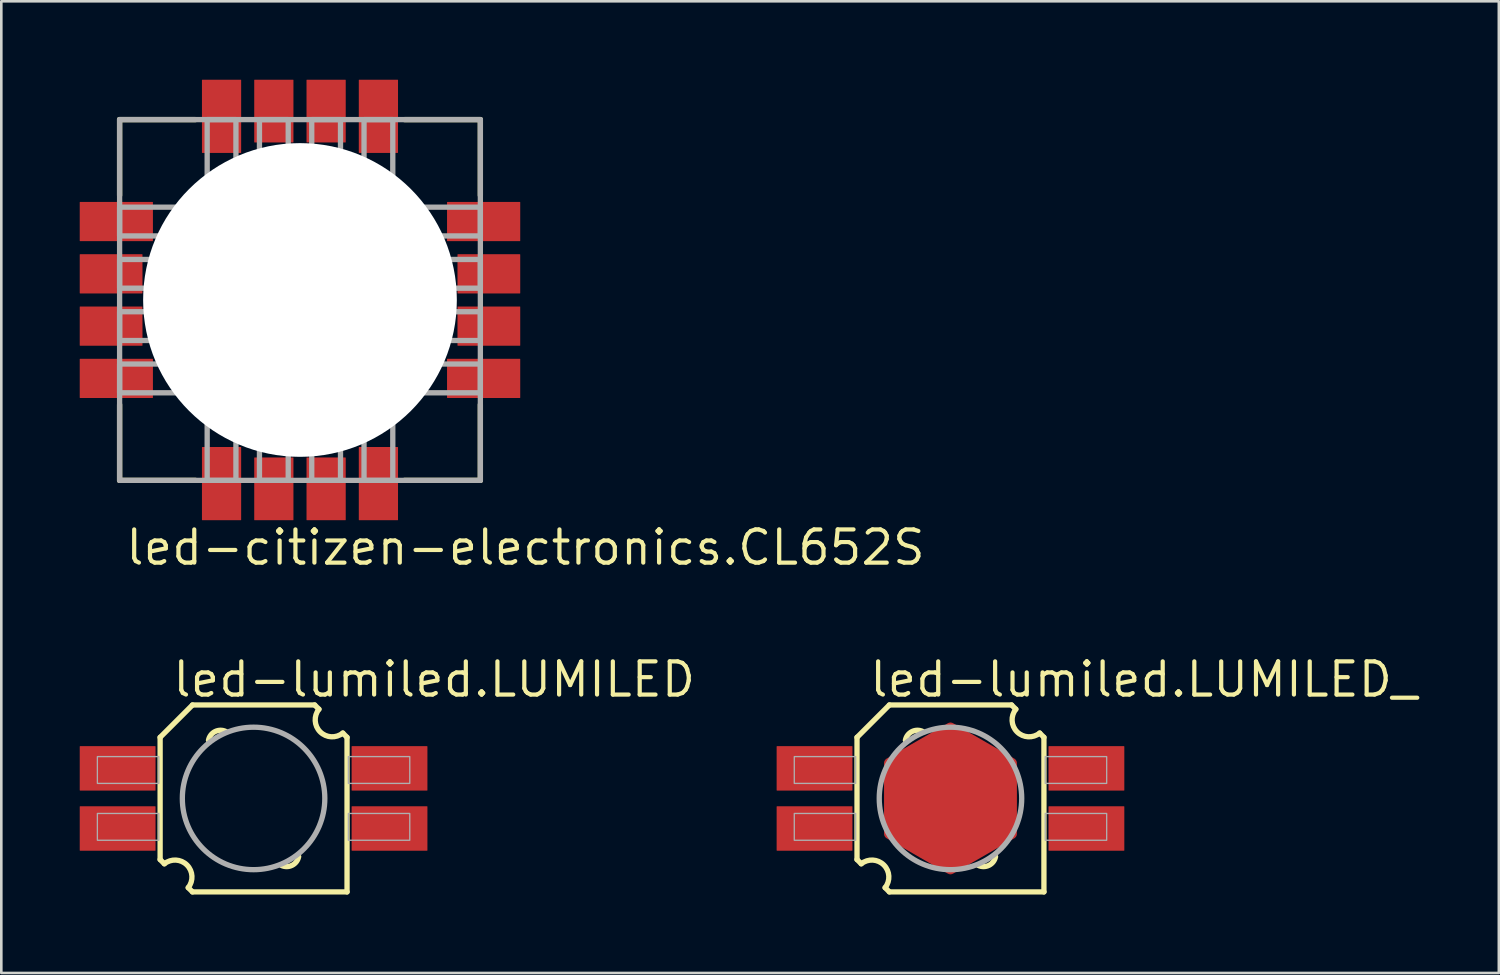
<source format=kicad_pcb>
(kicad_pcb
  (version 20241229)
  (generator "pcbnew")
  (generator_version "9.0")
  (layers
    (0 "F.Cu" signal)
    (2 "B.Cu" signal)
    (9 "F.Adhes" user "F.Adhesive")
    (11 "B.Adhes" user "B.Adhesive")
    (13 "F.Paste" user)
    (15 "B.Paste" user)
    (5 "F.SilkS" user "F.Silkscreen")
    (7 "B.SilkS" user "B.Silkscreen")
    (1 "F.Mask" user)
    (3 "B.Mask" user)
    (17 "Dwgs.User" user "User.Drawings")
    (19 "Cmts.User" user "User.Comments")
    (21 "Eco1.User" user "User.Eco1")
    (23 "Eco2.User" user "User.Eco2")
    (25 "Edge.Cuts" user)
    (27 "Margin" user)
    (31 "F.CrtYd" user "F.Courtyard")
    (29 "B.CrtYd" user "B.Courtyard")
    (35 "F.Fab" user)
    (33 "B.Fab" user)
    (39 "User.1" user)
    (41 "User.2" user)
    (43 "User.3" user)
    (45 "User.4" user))
  (footprint "led-lumiled.LUMILED_"
    (layer "F.Cu")
    (at 33.308 27.492)
    (property "Reference" "led-lumiled.LUMILED_" (at -3.175 -3.81 0) (layer "F.SilkS") (effects (font (size 1.27 1.27) (thickness 0.16)) (justify left bottom)))
    (attr smd)
    (fp_poly (pts (xy 2.338 -1.35) (xy 0 -2.7) (xy -2.338 -1.35) (xy -2.338 1.35) (xy 0 2.7) (xy 2.338 1.35)) (stroke (width 0.406) (type default)) (fill yes) (layer "F.Cu"))
    (fp_poly (pts (xy 2.338 -1.35) (xy 0 -2.7) (xy -2.338 -1.35) (xy -2.338 1.35) (xy 0 2.7) (xy 2.338 1.35)) (stroke (width 0.406) (type default)) (fill yes) (layer "F.Mask"))
    (fp_line (start -3.575 -2.337) (end -2.337 -3.575) (stroke (width 0.203) (type default)) (layer "F.SilkS"))
    (fp_line (start -3.575 2.337) (end -3.575 -2.337) (stroke (width 0.203) (type default)) (layer "F.SilkS"))
    (fp_line (start -3.413 2.5) (end -3.575 2.337) (stroke (width 0.203) (type default)) (layer "F.SilkS"))
    (fp_line (start -2.337 -3.575) (end 2.337 -3.575) (stroke (width 0.203) (type default)) (layer "F.SilkS"))
    (fp_line (start -2.337 3.575) (end -2.5 3.413) (stroke (width 0.203) (type default)) (layer "F.SilkS"))
    (fp_line (start 2.337 -3.575) (end 2.5 -3.413) (stroke (width 0.203) (type default)) (layer "F.SilkS"))
    (fp_line (start 3.413 -2.5) (end 3.575 -2.337) (stroke (width 0.203) (type default)) (layer "F.SilkS"))
    (fp_line (start 3.575 -2.337) (end 3.575 3.575) (stroke (width 0.203) (type default)) (layer "F.SilkS"))
    (fp_line (start 3.575 3.575) (end -2.337 3.575) (stroke (width 0.203) (type default)) (layer "F.SilkS"))
    (fp_arc (start -3.4125 2.5) (mid -2.547491 2.547491) (end -2.5 3.4125) (stroke (width 0.2032) (type default)) (layer "F.SilkS"))
    (fp_arc (start -1.725 -2.225) (mid -1.476557 -2.556296) (end -1.0625 -2.5625) (stroke (width 0.2032) (type default)) (layer "F.SilkS"))
    (fp_arc (start 1.725 2.225) (mid 1.476557 2.556296) (end 1.0625 2.5625) (stroke (width 0.2032) (type default)) (layer "F.SilkS"))
    (fp_arc (start 3.4125 -2.5) (mid 2.547491 -2.547491) (end 2.5 -3.4125) (stroke (width 0.2032) (type default)) (layer "F.SilkS"))
    (fp_poly (pts (xy 2.338 -1.35) (xy 0 -2.7) (xy -2.338 -1.35) (xy -2.338 1.35) (xy 0 2.7) (xy 2.338 1.35)) (stroke (width 0.406) (type default)) (fill yes) (layer "F.Paste"))
    (fp_rect (start -5.975 -0.575) (end -3.625 -1.6) (stroke (width 0.05) (type default)) (fill no) (layer "F.Fab"))
    (fp_rect (start -5.975 1.6) (end -3.625 0.575) (stroke (width 0.05) (type default)) (fill no) (layer "F.Fab"))
    (fp_rect (start 3.625 -0.575) (end 5.975 -1.6) (stroke (width 0.05) (type default)) (fill no) (layer "F.Fab"))
    (fp_rect (start 3.625 1.6) (end 5.975 0.575) (stroke (width 0.05) (type default)) (fill no) (layer "F.Fab"))
    (fp_circle (center 0 0) (end 2.725 0) (stroke (width 0.203) (type default)) (fill no) (layer "F.Fab"))
    (pad "1NC" smd roundrect (at -5.2 -1.15) (size 2.9 1.7) (layers "F.Cu" "F.Mask" "F.Paste") (roundrect_rratio 0.01))
    (pad "2+" smd roundrect (at -5.2 1.15) (size 2.9 1.7) (layers "F.Cu" "F.Mask" "F.Paste") (roundrect_rratio 0.01))
    (pad "3NC" smd roundrect (at 5.2 1.15 180) (size 2.9 1.7) (layers "F.Cu" "F.Mask" "F.Paste") (roundrect_rratio 0.01))
    (pad "4-" smd roundrect (at 5.2 -1.15 180) (size 2.9 1.7) (layers "F.Cu" "F.Mask" "F.Paste") (roundrect_rratio 0.01)))
  (footprint "led-citizen-electronics.CL652S"
    (layer "F.Cu")
    (at 8.425 8.425)
    (property "Reference" "led-citizen-electronics.CL652S" (at -6.75 10.21 0) (layer "F.SilkS") (effects (font (size 1.27 1.27) (thickness 0.16)) (justify left bottom)))
    (attr smd)
    (fp_line (start -6.9 -6.9) (end -6.9 -4) (stroke (width 0.203) (type default)) (layer "F.SilkS"))
    (fp_line (start -6.9 4) (end -6.9 6.9) (stroke (width 0.203) (type default)) (layer "F.SilkS"))
    (fp_line (start -6.9 6.9) (end -4 6.9) (stroke (width 0.203) (type default)) (layer "F.SilkS"))
    (fp_line (start -4 -6.9) (end -6.9 -6.9) (stroke (width 0.203) (type default)) (layer "F.SilkS"))
    (fp_line (start 4 6.9) (end 6.9 6.9) (stroke (width 0.203) (type default)) (layer "F.SilkS"))
    (fp_line (start 6.9 -6.9) (end 4 -6.9) (stroke (width 0.203) (type default)) (layer "F.SilkS"))
    (fp_line (start 6.9 -4) (end 6.9 -6.9) (stroke (width 0.203) (type default)) (layer "F.SilkS"))
    (fp_line (start 6.9 6.9) (end 6.9 4) (stroke (width 0.203) (type default)) (layer "F.SilkS"))
    (fp_circle (center 0 0) (end 4.9 0) (stroke (width 0.203) (type default)) (fill no) (layer "F.SilkS"))
    (fp_line (start -6.9 -6.9) (end -6.9 6.9) (stroke (width 0.203) (type default)) (layer "F.Fab"))
    (fp_line (start -6.9 6.9) (end 6.9 6.9) (stroke (width 0.203) (type default)) (layer "F.Fab"))
    (fp_line (start 6.9 -6.9) (end -6.9 -6.9) (stroke (width 0.203) (type default)) (layer "F.Fab"))
    (fp_line (start 6.9 6.9) (end 6.9 -6.9) (stroke (width 0.203) (type default)) (layer "F.Fab"))
    (fp_poly (pts (xy -6.9 -1.55) (xy -4.875 -1.55) (xy -5.075 -0.45) (xy -6.9 -0.45)) (stroke (width 0.203) (type default)) (fill no) (layer "F.Fab"))
    (fp_poly (pts (xy -6.9 0.45) (xy -5.075 0.45) (xy -4.85 1.55) (xy -6.9 1.55)) (stroke (width 0.203) (type default)) (fill no) (layer "F.Fab"))
    (fp_poly (pts (xy -1.55 6.9) (xy -1.55 4.875) (xy -0.45 5.075) (xy -0.45 6.9)) (stroke (width 0.203) (type default)) (fill no) (layer "F.Fab"))
    (fp_poly (pts (xy -0.45 -6.9) (xy -0.45 -5.075) (xy -1.55 -4.85) (xy -1.55 -6.9)) (stroke (width 0.203) (type default)) (fill no) (layer "F.Fab"))
    (fp_poly (pts (xy 0.45 6.9) (xy 0.45 5.075) (xy 1.55 4.85) (xy 1.55 6.9)) (stroke (width 0.203) (type default)) (fill no) (layer "F.Fab"))
    (fp_poly (pts (xy 1.55 -6.9) (xy 1.55 -4.875) (xy 0.45 -5.075) (xy 0.45 -6.9)) (stroke (width 0.203) (type default)) (fill no) (layer "F.Fab"))
    (fp_poly (pts (xy 6.9 -0.45) (xy 5.075 -0.45) (xy 4.85 -1.55) (xy 6.9 -1.55)) (stroke (width 0.203) (type default)) (fill no) (layer "F.Fab"))
    (fp_poly (pts (xy 6.9 1.55) (xy 4.875 1.55) (xy 5.075 0.45) (xy 6.9 0.45)) (stroke (width 0.203) (type default)) (fill no) (layer "F.Fab"))
    (fp_poly (pts (xy -6.9 -3.55) (xy -4.425 -3.55) (xy -4.425 -3.025) (xy -4.1 -3.025) (xy -4.475 -2.45) (xy -6.9 -2.45)) (stroke (width 0.203) (type default)) (fill no) (layer "F.Fab"))
    (fp_poly (pts (xy -6.9 3.55) (xy -4.425 3.55) (xy -4.425 3.025) (xy -4.1 3.025) (xy -4.475 2.45) (xy -6.9 2.45)) (stroke (width 0.203) (type default)) (fill no) (layer "F.Fab"))
    (fp_poly (pts (xy -3.55 -6.9) (xy -3.55 -4.425) (xy -3.025 -4.425) (xy -3.025 -4.1) (xy -2.45 -4.475) (xy -2.45 -6.9)) (stroke (width 0.203) (type default)) (fill no) (layer "F.Fab"))
    (fp_poly (pts (xy -3.55 6.9) (xy -3.55 4.425) (xy -3.025 4.425) (xy -3.025 4.1) (xy -2.45 4.475) (xy -2.45 6.9)) (stroke (width 0.203) (type default)) (fill no) (layer "F.Fab"))
    (fp_poly (pts (xy 3.55 -6.9) (xy 3.55 -4.425) (xy 3.025 -4.425) (xy 3.025 -4.1) (xy 2.45 -4.475) (xy 2.45 -6.9)) (stroke (width 0.203) (type default)) (fill no) (layer "F.Fab"))
    (fp_poly (pts (xy 3.55 6.9) (xy 3.55 4.425) (xy 3.025 4.425) (xy 3.025 4.1) (xy 2.45 4.475) (xy 2.45 6.9)) (stroke (width 0.203) (type default)) (fill no) (layer "F.Fab"))
    (fp_poly (pts (xy 6.9 -3.55) (xy 4.425 -3.55) (xy 4.425 -3.025) (xy 4.1 -3.025) (xy 4.475 -2.45) (xy 6.9 -2.45)) (stroke (width 0.203) (type default)) (fill no) (layer "F.Fab"))
    (fp_poly (pts (xy 6.9 3.55) (xy 4.425 3.55) (xy 4.425 3.025) (xy 4.1 3.025) (xy 4.475 2.45) (xy 6.9 2.45)) (stroke (width 0.203) (type default)) (fill no) (layer "F.Fab"))
    (pad "" np_thru_hole circle (at 0 0) (size 12 12) (drill 12) (layers "*.Cu" "*.Mask"))
    (pad "1" smd roundrect (at 3 7.025 180) (size 1.5 2.8) (layers "F.Cu" "F.Mask" "F.Paste") (roundrect_rratio 0.01))
    (pad "2" smd roundrect (at 1 7.225 180) (size 1.5 2.4) (layers "F.Cu" "F.Mask" "F.Paste") (roundrect_rratio 0.01))
    (pad "3" smd roundrect (at -1 7.225 180) (size 1.5 2.4) (layers "F.Cu" "F.Mask" "F.Paste") (roundrect_rratio 0.01))
    (pad "4" smd roundrect (at -3 7.025 180) (size 1.5 2.8) (layers "F.Cu" "F.Mask" "F.Paste") (roundrect_rratio 0.01))
    (pad "5" smd roundrect (at -7.025 3 90) (size 1.5 2.8) (layers "F.Cu" "F.Mask" "F.Paste") (roundrect_rratio 0.01))
    (pad "6" smd roundrect (at -7.225 1 90) (size 1.5 2.4) (layers "F.Cu" "F.Mask" "F.Paste") (roundrect_rratio 0.01))
    (pad "7" smd roundrect (at -7.225 -1 90) (size 1.5 2.4) (layers "F.Cu" "F.Mask" "F.Paste") (roundrect_rratio 0.01))
    (pad "8" smd roundrect (at -7.025 -3 90) (size 1.5 2.8) (layers "F.Cu" "F.Mask" "F.Paste") (roundrect_rratio 0.01))
    (pad "9" smd roundrect (at -3 -7.025) (size 1.5 2.8) (layers "F.Cu" "F.Mask" "F.Paste") (roundrect_rratio 0.01))
    (pad "10" smd roundrect (at -1 -7.225) (size 1.5 2.4) (layers "F.Cu" "F.Mask" "F.Paste") (roundrect_rratio 0.01))
    (pad "11" smd roundrect (at 1 -7.225) (size 1.5 2.4) (layers "F.Cu" "F.Mask" "F.Paste") (roundrect_rratio 0.01))
    (pad "12" smd roundrect (at 3 -7.025) (size 1.5 2.8) (layers "F.Cu" "F.Mask" "F.Paste") (roundrect_rratio 0.01))
    (pad "13" smd roundrect (at 7.025 -3 270) (size 1.5 2.8) (layers "F.Cu" "F.Mask" "F.Paste") (roundrect_rratio 0.01))
    (pad "14" smd roundrect (at 7.225 -1 270) (size 1.5 2.4) (layers "F.Cu" "F.Mask" "F.Paste") (roundrect_rratio 0.01))
    (pad "15" smd roundrect (at 7.225 1 270) (size 1.5 2.4) (layers "F.Cu" "F.Mask" "F.Paste") (roundrect_rratio 0.01))
    (pad "16" smd roundrect (at 7.025 3 270) (size 1.5 2.8) (layers "F.Cu" "F.Mask" "F.Paste") (roundrect_rratio 0.01)))
  (footprint "led-lumiled.LUMILED"
    (layer "F.Cu")
    (at 6.65 27.492)
    (property "Reference" "led-lumiled.LUMILED" (at -3.175 -3.81 0) (layer "F.SilkS") (effects (font (size 1.27 1.27) (thickness 0.16)) (justify left bottom)))
    (attr smd)
    (fp_poly (pts (xy 2.338 -1.35) (xy 0 -2.7) (xy -2.338 -1.35) (xy -2.338 1.35) (xy 0 2.7) (xy 2.338 1.35)) (stroke (width 0.406) (type default)) (fill yes) (layer "F.Mask"))
    (fp_line (start -3.575 -2.337) (end -2.337 -3.575) (stroke (width 0.203) (type default)) (layer "F.SilkS"))
    (fp_line (start -3.575 2.337) (end -3.575 -2.337) (stroke (width 0.203) (type default)) (layer "F.SilkS"))
    (fp_line (start -3.413 2.5) (end -3.575 2.337) (stroke (width 0.203) (type default)) (layer "F.SilkS"))
    (fp_line (start -2.337 -3.575) (end 2.337 -3.575) (stroke (width 0.203) (type default)) (layer "F.SilkS"))
    (fp_line (start -2.337 3.575) (end -2.5 3.413) (stroke (width 0.203) (type default)) (layer "F.SilkS"))
    (fp_line (start 2.337 -3.575) (end 2.5 -3.413) (stroke (width 0.203) (type default)) (layer "F.SilkS"))
    (fp_line (start 3.413 -2.5) (end 3.575 -2.337) (stroke (width 0.203) (type default)) (layer "F.SilkS"))
    (fp_line (start 3.575 -2.337) (end 3.575 3.575) (stroke (width 0.203) (type default)) (layer "F.SilkS"))
    (fp_line (start 3.575 3.575) (end -2.337 3.575) (stroke (width 0.203) (type default)) (layer "F.SilkS"))
    (fp_arc (start -3.4125 2.5) (mid -2.547491 2.547491) (end -2.5 3.4125) (stroke (width 0.2032) (type default)) (layer "F.SilkS"))
    (fp_arc (start -1.725 -2.225) (mid -1.476557 -2.556296) (end -1.0625 -2.5625) (stroke (width 0.2032) (type default)) (layer "F.SilkS"))
    (fp_arc (start 1.725 2.225) (mid 1.476557 2.556296) (end 1.0625 2.5625) (stroke (width 0.2032) (type default)) (layer "F.SilkS"))
    (fp_arc (start 3.4125 -2.5) (mid 2.547491 -2.547491) (end 2.5 -3.4125) (stroke (width 0.2032) (type default)) (layer "F.SilkS"))
    (fp_poly (pts (xy 2.338 -1.35) (xy 0 -2.7) (xy -2.338 -1.35) (xy -2.338 1.35) (xy 0 2.7) (xy 2.338 1.35)) (stroke (width 0.406) (type default)) (fill yes) (layer "F.Paste"))
    (fp_rect (start -5.975 -0.575) (end -3.625 -1.6) (stroke (width 0.05) (type default)) (fill no) (layer "F.Fab"))
    (fp_rect (start -5.975 1.6) (end -3.625 0.575) (stroke (width 0.05) (type default)) (fill no) (layer "F.Fab"))
    (fp_rect (start 3.625 -0.575) (end 5.975 -1.6) (stroke (width 0.05) (type default)) (fill no) (layer "F.Fab"))
    (fp_rect (start 3.625 1.6) (end 5.975 0.575) (stroke (width 0.05) (type default)) (fill no) (layer "F.Fab"))
    (fp_circle (center 0 0) (end 2.725 0) (stroke (width 0.203) (type default)) (fill no) (layer "F.Fab"))
    (pad "1NC" smd roundrect (at -5.2 -1.15) (size 2.9 1.7) (layers "F.Cu" "F.Mask" "F.Paste") (roundrect_rratio 0.01))
    (pad "2+" smd roundrect (at -5.2 1.15) (size 2.9 1.7) (layers "F.Cu" "F.Mask" "F.Paste") (roundrect_rratio 0.01))
    (pad "3NC" smd roundrect (at 5.2 1.15 180) (size 2.9 1.7) (layers "F.Cu" "F.Mask" "F.Paste") (roundrect_rratio 0.01))
    (pad "4-" smd roundrect (at 5.2 -1.15 180) (size 2.9 1.7) (layers "F.Cu" "F.Mask" "F.Paste") (roundrect_rratio 0.01)))
  (gr_rect
    (start -3 -3)
    (end 54.284 34.169)
    (stroke (width 0.1) (type default))
    (fill no)
    (layer "Edge.Cuts")))
</source>
